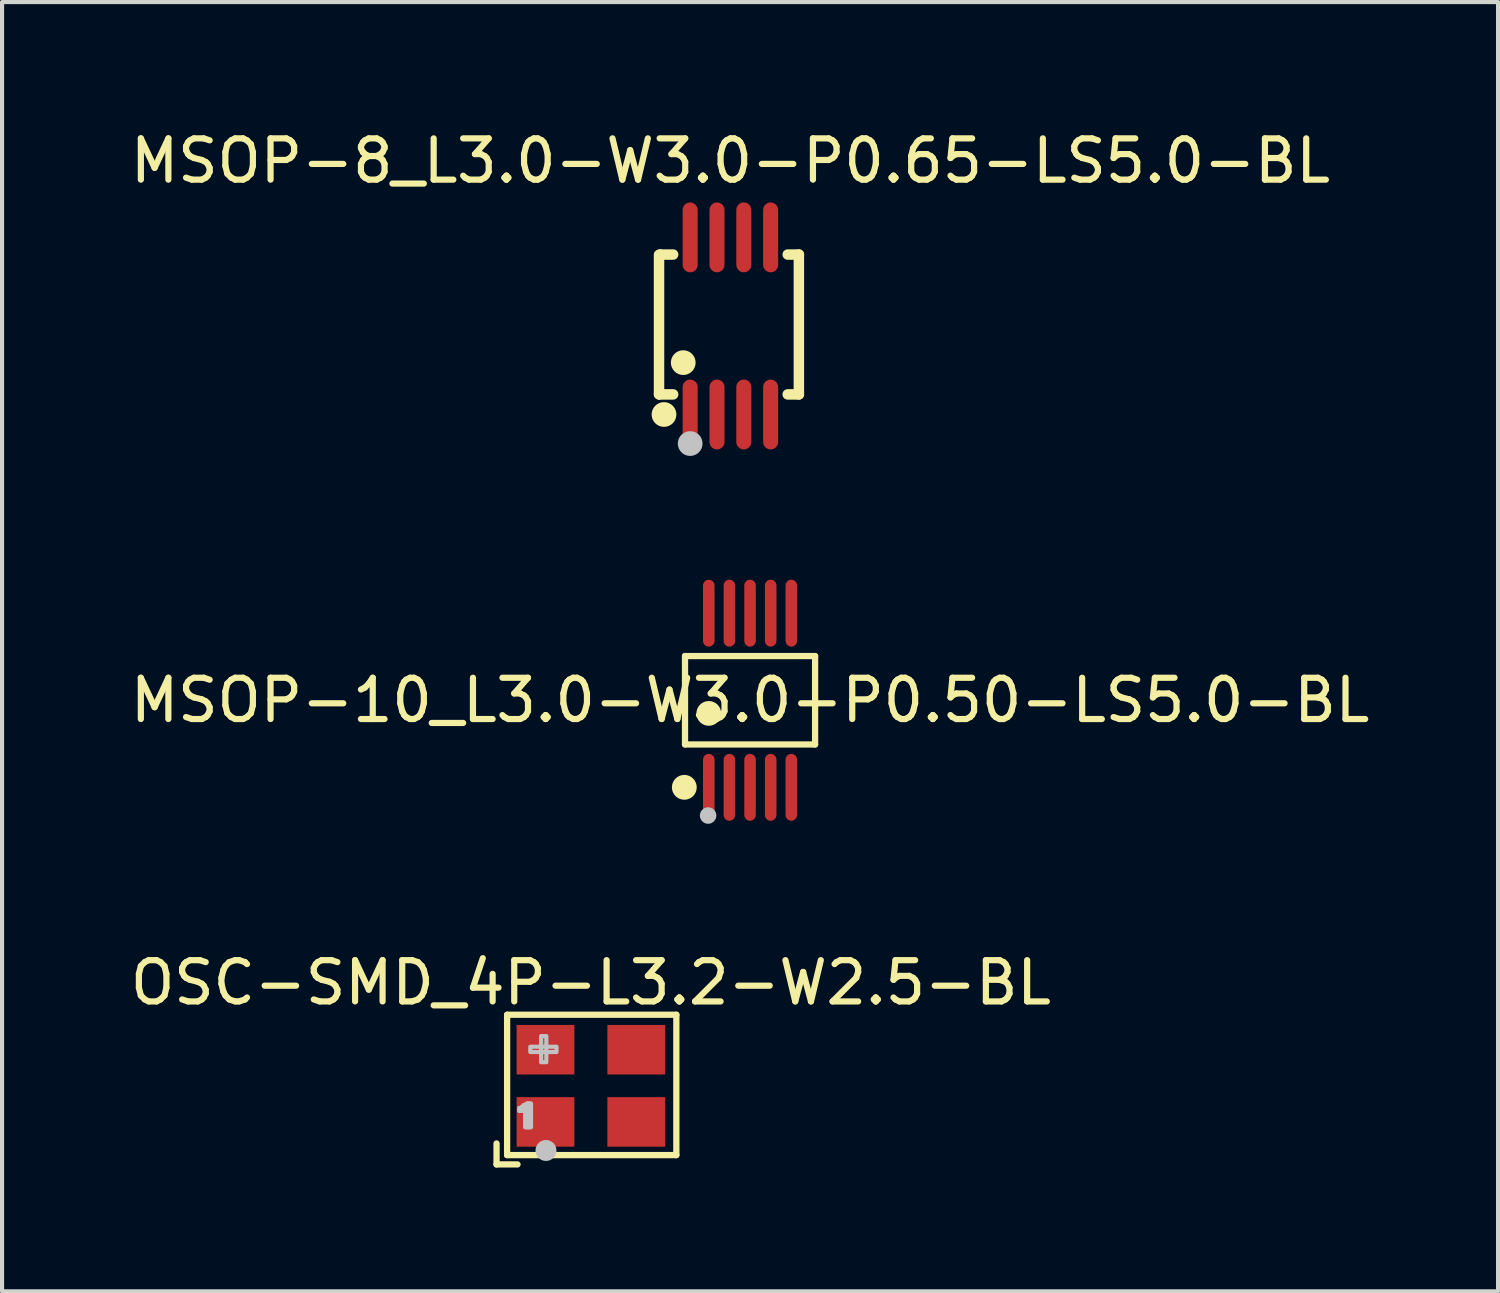
<source format=kicad_pcb>
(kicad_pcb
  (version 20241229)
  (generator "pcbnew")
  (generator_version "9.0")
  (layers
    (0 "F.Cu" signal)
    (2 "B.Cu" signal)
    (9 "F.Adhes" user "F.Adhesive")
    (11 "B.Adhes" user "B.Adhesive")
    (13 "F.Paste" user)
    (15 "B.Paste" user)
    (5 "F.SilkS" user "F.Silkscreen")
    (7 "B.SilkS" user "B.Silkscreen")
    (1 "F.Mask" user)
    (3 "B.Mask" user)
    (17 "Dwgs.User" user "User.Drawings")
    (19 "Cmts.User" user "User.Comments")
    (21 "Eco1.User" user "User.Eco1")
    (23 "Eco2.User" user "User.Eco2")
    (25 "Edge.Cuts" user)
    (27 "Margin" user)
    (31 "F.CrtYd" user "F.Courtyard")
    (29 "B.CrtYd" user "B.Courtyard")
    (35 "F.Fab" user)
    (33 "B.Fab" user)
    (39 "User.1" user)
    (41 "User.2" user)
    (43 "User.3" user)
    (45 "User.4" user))
  (footprint "MSOP-10_L3.0-W3.0-P0.50-LS5.0-BL"
    (layer "F.Cu")
    (at 15.125 13.918)
    (property "Reference" "MSOP-10_L3.0-W3.0-P0.50-LS5.0-BL" (at 0 0 0) (layer "F.SilkS") (effects (font (size 1 1) (thickness 0.15))))
    (fp_line (start -1.576 -1.071) (end 1.576 -1.071) (stroke (width 0.152) (type default)) (layer "F.SilkS"))
    (fp_line (start -1.576 1.071) (end -1.576 -1.071) (stroke (width 0.152) (type default)) (layer "F.SilkS"))
    (fp_line (start 1.576 -1.071) (end 1.576 1.071) (stroke (width 0.152) (type default)) (layer "F.SilkS"))
    (fp_line (start 1.576 1.071) (end -1.576 1.071) (stroke (width 0.152) (type default)) (layer "F.SilkS"))
    (fp_circle (center -1.593 2.11) (end -1.442 2.11) (stroke (width 0.3) (type default)) (fill no) (layer "F.SilkS"))
    (fp_circle (center -1 0.319) (end -0.85 0.319) (stroke (width 0.3) (type default)) (fill no) (layer "F.SilkS"))
    (fp_circle (center -1.016 2.794) (end -0.916 2.794) (stroke (width 0.2) (type default)) (fill no) (layer "Dwgs.User"))
    (fp_poly (pts (xy -1.113 -2.45) (xy -1.113 -1.9) (xy -0.887 -1.9) (xy -0.887 -2.45)) (stroke (width 0.1) (type default)) (fill no) (layer "User.1"))
    (fp_poly (pts (xy -1.113 -1.91) (xy -1.113 -1.49) (xy -0.887 -1.49) (xy -0.887 -1.91)) (stroke (width 0.1) (type default)) (fill no) (layer "User.1"))
    (fp_poly (pts (xy -1.113 1.91) (xy -1.113 1.49) (xy -0.887 1.49) (xy -0.887 1.91)) (stroke (width 0.1) (type default)) (fill no) (layer "User.1"))
    (fp_poly (pts (xy -1.113 2.45) (xy -1.113 1.9) (xy -0.887 1.9) (xy -0.887 2.45)) (stroke (width 0.1) (type default)) (fill no) (layer "User.1"))
    (fp_poly (pts (xy -0.613 -2.45) (xy -0.613 -1.9) (xy -0.388 -1.9) (xy -0.388 -2.45)) (stroke (width 0.1) (type default)) (fill no) (layer "User.1"))
    (fp_poly (pts (xy -0.613 -1.91) (xy -0.613 -1.49) (xy -0.388 -1.49) (xy -0.388 -1.91)) (stroke (width 0.1) (type default)) (fill no) (layer "User.1"))
    (fp_poly (pts (xy -0.613 1.91) (xy -0.613 1.49) (xy -0.388 1.49) (xy -0.388 1.91)) (stroke (width 0.1) (type default)) (fill no) (layer "User.1"))
    (fp_poly (pts (xy -0.613 2.45) (xy -0.613 1.9) (xy -0.388 1.9) (xy -0.388 2.45)) (stroke (width 0.1) (type default)) (fill no) (layer "User.1"))
    (fp_poly (pts (xy -0.113 -2.45) (xy -0.113 -1.9) (xy 0.113 -1.9) (xy 0.113 -2.45)) (stroke (width 0.1) (type default)) (fill no) (layer "User.1"))
    (fp_poly (pts (xy -0.113 -1.91) (xy -0.113 -1.49) (xy 0.113 -1.49) (xy 0.113 -1.91)) (stroke (width 0.1) (type default)) (fill no) (layer "User.1"))
    (fp_poly (pts (xy -0.113 1.91) (xy -0.113 1.49) (xy 0.113 1.49) (xy 0.113 1.91)) (stroke (width 0.1) (type default)) (fill no) (layer "User.1"))
    (fp_poly (pts (xy -0.113 2.45) (xy -0.113 1.9) (xy 0.113 1.9) (xy 0.113 2.45)) (stroke (width 0.1) (type default)) (fill no) (layer "User.1"))
    (fp_poly (pts (xy 0.388 -2.45) (xy 0.388 -1.9) (xy 0.613 -1.9) (xy 0.613 -2.45)) (stroke (width 0.1) (type default)) (fill no) (layer "User.1"))
    (fp_poly (pts (xy 0.388 -1.91) (xy 0.388 -1.49) (xy 0.613 -1.49) (xy 0.613 -1.91)) (stroke (width 0.1) (type default)) (fill no) (layer "User.1"))
    (fp_poly (pts (xy 0.388 1.91) (xy 0.388 1.49) (xy 0.613 1.49) (xy 0.613 1.91)) (stroke (width 0.1) (type default)) (fill no) (layer "User.1"))
    (fp_poly (pts (xy 0.388 2.45) (xy 0.388 1.9) (xy 0.613 1.9) (xy 0.613 2.45)) (stroke (width 0.1) (type default)) (fill no) (layer "User.1"))
    (fp_poly (pts (xy 0.887 -2.45) (xy 0.887 -1.9) (xy 1.113 -1.9) (xy 1.113 -2.45)) (stroke (width 0.1) (type default)) (fill no) (layer "User.1"))
    (fp_poly (pts (xy 0.887 -1.91) (xy 0.887 -1.49) (xy 1.113 -1.49) (xy 1.113 -1.91)) (stroke (width 0.1) (type default)) (fill no) (layer "User.1"))
    (fp_poly (pts (xy 0.887 1.91) (xy 0.887 1.49) (xy 1.113 1.49) (xy 1.113 1.91)) (stroke (width 0.1) (type default)) (fill no) (layer "User.1"))
    (fp_poly (pts (xy 0.887 2.45) (xy 0.887 1.9) (xy 1.113 1.9) (xy 1.113 2.45)) (stroke (width 0.1) (type default)) (fill no) (layer "User.1"))
    (fp_line (start -1.5 -1.5) (end 1.5 -1.5) (stroke (width 0.051) (type default)) (layer "User.2"))
    (fp_line (start -1.5 1.5) (end -1.5 -1.5) (stroke (width 0.051) (type default)) (layer "User.2"))
    (fp_line (start 1.5 -1.5) (end 1.5 1.5) (stroke (width 0.051) (type default)) (layer "User.2"))
    (fp_line (start 1.5 1.5) (end -1.5 1.5) (stroke (width 0.051) (type default)) (layer "User.2"))
    (fp_poly (pts (xy -1.44 2.45) (xy -1.458 2.408) (xy -1.5 2.39) (xy -1.542 2.408) (xy -1.56 2.45) (xy -1.542 2.492) (xy -1.5 2.51) (xy -1.458 2.492)) (stroke (width 0.1) (type default)) (fill no) (layer "User.3"))
    (pad "1" smd oval (at -1 2.11) (size 0.28 1.62) (layers "F.Cu" "F.Mask" "F.Paste"))
    (pad "2" smd oval (at -0.5 2.11) (size 0.28 1.62) (layers "F.Cu" "F.Mask" "F.Paste"))
    (pad "3" smd oval (at 0 2.11) (size 0.28 1.62) (layers "F.Cu" "F.Mask" "F.Paste"))
    (pad "4" smd oval (at 0.5 2.11) (size 0.28 1.62) (layers "F.Cu" "F.Mask" "F.Paste"))
    (pad "5" smd oval (at 1 2.11) (size 0.28 1.62) (layers "F.Cu" "F.Mask" "F.Paste"))
    (pad "6" smd oval (at 1 -2.11) (size 0.28 1.62) (layers "F.Cu" "F.Mask" "F.Paste"))
    (pad "7" smd oval (at 0.5 -2.11) (size 0.28 1.62) (layers "F.Cu" "F.Mask" "F.Paste"))
    (pad "8" smd oval (at 0 -2.11) (size 0.28 1.62) (layers "F.Cu" "F.Mask" "F.Paste"))
    (pad "9" smd oval (at -0.5 -2.11) (size 0.28 1.62) (layers "F.Cu" "F.Mask" "F.Paste"))
    (pad "10" smd oval (at -1 -2.11) (size 0.28 1.62) (layers "F.Cu" "F.Mask" "F.Paste")))
  (footprint "MSOP-8_L3.0-W3.0-P0.65-LS5.0-BL"
    (layer "F.Cu")
    (at 14.649 4.848)
    (property "Reference" "MSOP-8_L3.0-W3.0-P0.65-LS5.0-BL" (at 0 -4 0) (layer "F.SilkS") (effects (font (size 1 1) (thickness 0.15))))
    (fp_line (start -1.73 -1.724) (end -1.73 1.652) (stroke (width 0.254) (type default)) (layer "F.SilkS"))
    (fp_line (start -1.73 1.652) (end -1.724 1.659) (stroke (width 0.254) (type default)) (layer "F.SilkS"))
    (fp_line (start -1.724 1.659) (end -1.388 1.659) (stroke (width 0.254) (type default)) (layer "F.SilkS"))
    (fp_line (start -1.696 -1.73) (end -1.716 -1.71) (stroke (width 0.254) (type default)) (layer "F.SilkS"))
    (fp_line (start -1.388 -1.73) (end -1.696 -1.73) (stroke (width 0.254) (type default)) (layer "F.SilkS"))
    (fp_line (start 1.388 1.659) (end 1.659 1.659) (stroke (width 0.254) (type default)) (layer "F.SilkS"))
    (fp_line (start 1.659 -1.73) (end 1.389 -1.73) (stroke (width 0.254) (type default)) (layer "F.SilkS"))
    (fp_line (start 1.659 1.659) (end 1.659 -1.73) (stroke (width 0.254) (type default)) (layer "F.SilkS"))
    (fp_circle (center -1.609 2.146) (end -1.459 2.146) (stroke (width 0.3) (type default)) (fill no) (layer "F.SilkS"))
    (fp_circle (center -1.143 0.889) (end -0.993 0.889) (stroke (width 0.3) (type default)) (fill no) (layer "F.SilkS"))
    (fp_circle (center -0.975 2.85) (end -0.825 2.85) (stroke (width 0.3) (type default)) (fill no) (layer "Dwgs.User"))
    (fp_poly (pts (xy -1.13 -2.45) (xy -1.13 -1.85) (xy -0.82 -1.85) (xy -0.82 -2.45)) (stroke (width 0.1) (type default)) (fill no) (layer "User.1"))
    (fp_poly (pts (xy -1.13 -1.86) (xy -1.13 -1.49) (xy -0.82 -1.49) (xy -0.82 -1.86)) (stroke (width 0.1) (type default)) (fill no) (layer "User.1"))
    (fp_poly (pts (xy -1.13 1.86) (xy -1.13 1.49) (xy -0.82 1.49) (xy -0.82 1.86)) (stroke (width 0.1) (type default)) (fill no) (layer "User.1"))
    (fp_poly (pts (xy -1.13 2.45) (xy -1.13 1.85) (xy -0.82 1.85) (xy -0.82 2.45)) (stroke (width 0.1) (type default)) (fill no) (layer "User.1"))
    (fp_poly (pts (xy -0.48 -2.45) (xy -0.48 -1.85) (xy -0.17 -1.85) (xy -0.17 -2.45)) (stroke (width 0.1) (type default)) (fill no) (layer "User.1"))
    (fp_poly (pts (xy -0.48 -1.86) (xy -0.48 -1.49) (xy -0.17 -1.49) (xy -0.17 -1.86)) (stroke (width 0.1) (type default)) (fill no) (layer "User.1"))
    (fp_poly (pts (xy -0.48 1.86) (xy -0.48 1.49) (xy -0.17 1.49) (xy -0.17 1.86)) (stroke (width 0.1) (type default)) (fill no) (layer "User.1"))
    (fp_poly (pts (xy -0.48 2.45) (xy -0.48 1.85) (xy -0.17 1.85) (xy -0.17 2.45)) (stroke (width 0.1) (type default)) (fill no) (layer "User.1"))
    (fp_poly (pts (xy 0.17 -2.45) (xy 0.17 -1.85) (xy 0.48 -1.85) (xy 0.48 -2.45)) (stroke (width 0.1) (type default)) (fill no) (layer "User.1"))
    (fp_poly (pts (xy 0.17 -1.86) (xy 0.17 -1.49) (xy 0.48 -1.49) (xy 0.48 -1.86)) (stroke (width 0.1) (type default)) (fill no) (layer "User.1"))
    (fp_poly (pts (xy 0.17 1.86) (xy 0.17 1.49) (xy 0.48 1.49) (xy 0.48 1.86)) (stroke (width 0.1) (type default)) (fill no) (layer "User.1"))
    (fp_poly (pts (xy 0.17 2.45) (xy 0.17 1.85) (xy 0.48 1.85) (xy 0.48 2.45)) (stroke (width 0.1) (type default)) (fill no) (layer "User.1"))
    (fp_poly (pts (xy 0.82 -2.45) (xy 0.82 -1.85) (xy 1.13 -1.85) (xy 1.13 -2.45)) (stroke (width 0.1) (type default)) (fill no) (layer "User.1"))
    (fp_poly (pts (xy 0.82 -1.86) (xy 0.82 -1.49) (xy 1.13 -1.49) (xy 1.13 -1.86)) (stroke (width 0.1) (type default)) (fill no) (layer "User.1"))
    (fp_poly (pts (xy 0.82 1.86) (xy 0.82 1.49) (xy 1.13 1.49) (xy 1.13 1.86)) (stroke (width 0.1) (type default)) (fill no) (layer "User.1"))
    (fp_poly (pts (xy 0.82 2.45) (xy 0.82 1.85) (xy 1.13 1.85) (xy 1.13 2.45)) (stroke (width 0.1) (type default)) (fill no) (layer "User.1"))
    (fp_line (start -1.5 -1.5) (end 1.5 -1.5) (stroke (width 0.051) (type default)) (layer "User.2"))
    (fp_line (start -1.5 1.5) (end -1.5 -1.5) (stroke (width 0.051) (type default)) (layer "User.2"))
    (fp_line (start 1.5 -1.5) (end 1.5 1.5) (stroke (width 0.051) (type default)) (layer "User.2"))
    (fp_line (start 1.5 1.5) (end -1.5 1.5) (stroke (width 0.051) (type default)) (layer "User.2"))
    (fp_poly (pts (xy -1.44 2.45) (xy -1.458 2.408) (xy -1.5 2.39) (xy -1.542 2.408) (xy -1.56 2.45) (xy -1.542 2.492) (xy -1.5 2.51) (xy -1.458 2.492)) (stroke (width 0.1) (type default)) (fill no) (layer "User.3"))
    (pad "1" smd oval (at -0.975 2.146) (size 0.364 1.692) (layers "F.Cu" "F.Mask" "F.Paste"))
    (pad "2" smd oval (at -0.325 2.146) (size 0.364 1.692) (layers "F.Cu" "F.Mask" "F.Paste"))
    (pad "3" smd oval (at 0.325 2.146) (size 0.364 1.692) (layers "F.Cu" "F.Mask" "F.Paste"))
    (pad "4" smd oval (at 0.975 2.146) (size 0.364 1.692) (layers "F.Cu" "F.Mask" "F.Paste"))
    (pad "5" smd oval (at 0.975 -2.146) (size 0.364 1.692) (layers "F.Cu" "F.Mask" "F.Paste"))
    (pad "6" smd oval (at 0.325 -2.146) (size 0.364 1.692) (layers "F.Cu" "F.Mask" "F.Paste"))
    (pad "7" smd oval (at -0.325 -2.146) (size 0.364 1.692) (layers "F.Cu" "F.Mask" "F.Paste"))
    (pad "8" smd oval (at -0.975 -2.146) (size 0.364 1.692) (layers "F.Cu" "F.Mask" "F.Paste")))
  (footprint "OSC-SMD_4P-L3.2-W2.5-BL"
    (layer "F.Cu")
    (at 11.268 23.261)
    (property "Reference" "OSC-SMD_4P-L3.2-W2.5-BL" (at 0 -2.5 0) (layer "F.SilkS") (effects (font (size 1 1) (thickness 0.15))))
    (fp_line (start -2.286 1.397) (end -2.286 1.905) (stroke (width 0.152) (type default)) (layer "F.SilkS"))
    (fp_line (start -2.286 1.905) (end -1.778 1.905) (stroke (width 0.152) (type default)) (layer "F.SilkS"))
    (fp_line (start -2.03 -1.722) (end -2.03 1.679) (stroke (width 0.152) (type default)) (layer "F.SilkS"))
    (fp_line (start -2.03 1.679) (end 2.071 1.679) (stroke (width 0.152) (type default)) (layer "F.SilkS"))
    (fp_line (start 2.071 -1.722) (end -2.03 -1.722) (stroke (width 0.152) (type default)) (layer "F.SilkS"))
    (fp_line (start 2.071 1.679) (end 2.071 -1.722) (stroke (width 0.152) (type default)) (layer "F.SilkS"))
    (fp_circle (center -1.088 1.567) (end -0.961 1.567) (stroke (width 0.254) (type default)) (fill no) (layer "Dwgs.User"))
    (fp_poly (pts (xy -1.738 0.536) (xy -1.702 0.536) (xy -1.702 0.608) (xy -1.738 0.608)) (stroke (width 0.1) (type default)) (fill no) (layer "Dwgs.User"))
    (fp_poly (pts (xy -1.702 0.536) (xy -1.666 0.536) (xy -1.666 0.608) (xy -1.702 0.608)) (stroke (width 0.1) (type default)) (fill no) (layer "Dwgs.User"))
    (fp_poly (pts (xy -1.666 0.5) (xy -1.63 0.5) (xy -1.63 0.608) (xy -1.666 0.608)) (stroke (width 0.1) (type default)) (fill no) (layer "Dwgs.User"))
    (fp_poly (pts (xy -1.63 0.464) (xy -1.594 0.464) (xy -1.594 0.572) (xy -1.63 0.572)) (stroke (width 0.1) (type default)) (fill no) (layer "Dwgs.User"))
    (fp_poly (pts (xy -1.594 0.464) (xy -1.558 0.464) (xy -1.558 1.004) (xy -1.594 1.004)) (stroke (width 0.1) (type default)) (fill no) (layer "Dwgs.User"))
    (fp_poly (pts (xy -1.558 0.428) (xy -1.522 0.428) (xy -1.522 1.004) (xy -1.558 1.004)) (stroke (width 0.1) (type default)) (fill no) (layer "Dwgs.User"))
    (fp_poly (pts (xy -1.522 0.428) (xy -1.486 0.428) (xy -1.486 1.004) (xy -1.522 1.004)) (stroke (width 0.1) (type default)) (fill no) (layer "Dwgs.User"))
    (fp_poly (pts (xy -1.486 0.428) (xy -1.45 0.428) (xy -1.45 1.004) (xy -1.486 1.004)) (stroke (width 0.1) (type default)) (fill no) (layer "Dwgs.User"))
    (fp_poly (pts (xy -1.468 -0.82) (xy -0.833 -0.82) (xy -0.833 -0.947) (xy -1.468 -0.947)) (stroke (width 0.1) (type default)) (fill no) (layer "Dwgs.User"))
    (fp_poly (pts (xy -1.206 -1.206) (xy -1.206 -0.572) (xy -1.079 -0.572) (xy -1.079 -1.206)) (stroke (width 0.1) (type default)) (fill no) (layer "Dwgs.User"))
    (fp_poly (pts (xy -1.5 -1.249) (xy -0.6 -1.249) (xy -0.6 -0.449) (xy -1.5 -0.449)) (stroke (width 0.1) (type default)) (fill no) (layer "User.1"))
    (fp_poly (pts (xy -1.5 0.449) (xy -0.6 0.449) (xy -0.6 1.249) (xy -1.5 1.249)) (stroke (width 0.1) (type default)) (fill no) (layer "User.1"))
    (fp_poly (pts (xy 0.6 -1.249) (xy 1.5 -1.249) (xy 1.5 -0.449) (xy 0.6 -0.449)) (stroke (width 0.1) (type default)) (fill no) (layer "User.1"))
    (fp_poly (pts (xy 0.6 0.449) (xy 1.5 0.449) (xy 1.5 1.249) (xy 0.6 1.249)) (stroke (width 0.1) (type default)) (fill no) (layer "User.1"))
    (fp_line (start -1.6 -1.25) (end 1.6 -1.25) (stroke (width 0.051) (type default)) (layer "User.2"))
    (fp_line (start -1.6 1.25) (end -1.6 -1.25) (stroke (width 0.051) (type default)) (layer "User.2"))
    (fp_line (start 1.6 -1.25) (end 1.6 1.25) (stroke (width 0.051) (type default)) (layer "User.2"))
    (fp_line (start 1.6 1.25) (end -1.6 1.25) (stroke (width 0.051) (type default)) (layer "User.2"))
    (fp_poly (pts (xy -1.54 1.25) (xy -1.558 1.208) (xy -1.6 1.19) (xy -1.642 1.208) (xy -1.66 1.25) (xy -1.642 1.292) (xy -1.6 1.31) (xy -1.558 1.292)) (stroke (width 0.1) (type default)) (fill no) (layer "User.3"))
    (pad "1" smd rect (at -1.1 0.875) (size 1.4 1.2) (layers "F.Cu" "F.Mask" "F.Paste"))
    (pad "2" smd rect (at 1.1 0.875) (size 1.4 1.2) (layers "F.Cu" "F.Mask" "F.Paste"))
    (pad "3" smd rect (at 1.1 -0.875) (size 1.4 1.2) (layers "F.Cu" "F.Mask" "F.Paste"))
    (pad "4" smd rect (at -1.1 -0.875) (size 1.4 1.2) (layers "F.Cu" "F.Mask" "F.Paste")))
  (gr_rect
    (start -3 -3)
    (end 33.25 28.241)
    (stroke (width 0.1) (type default))
    (fill no)
    (layer "Edge.Cuts")))
</source>
